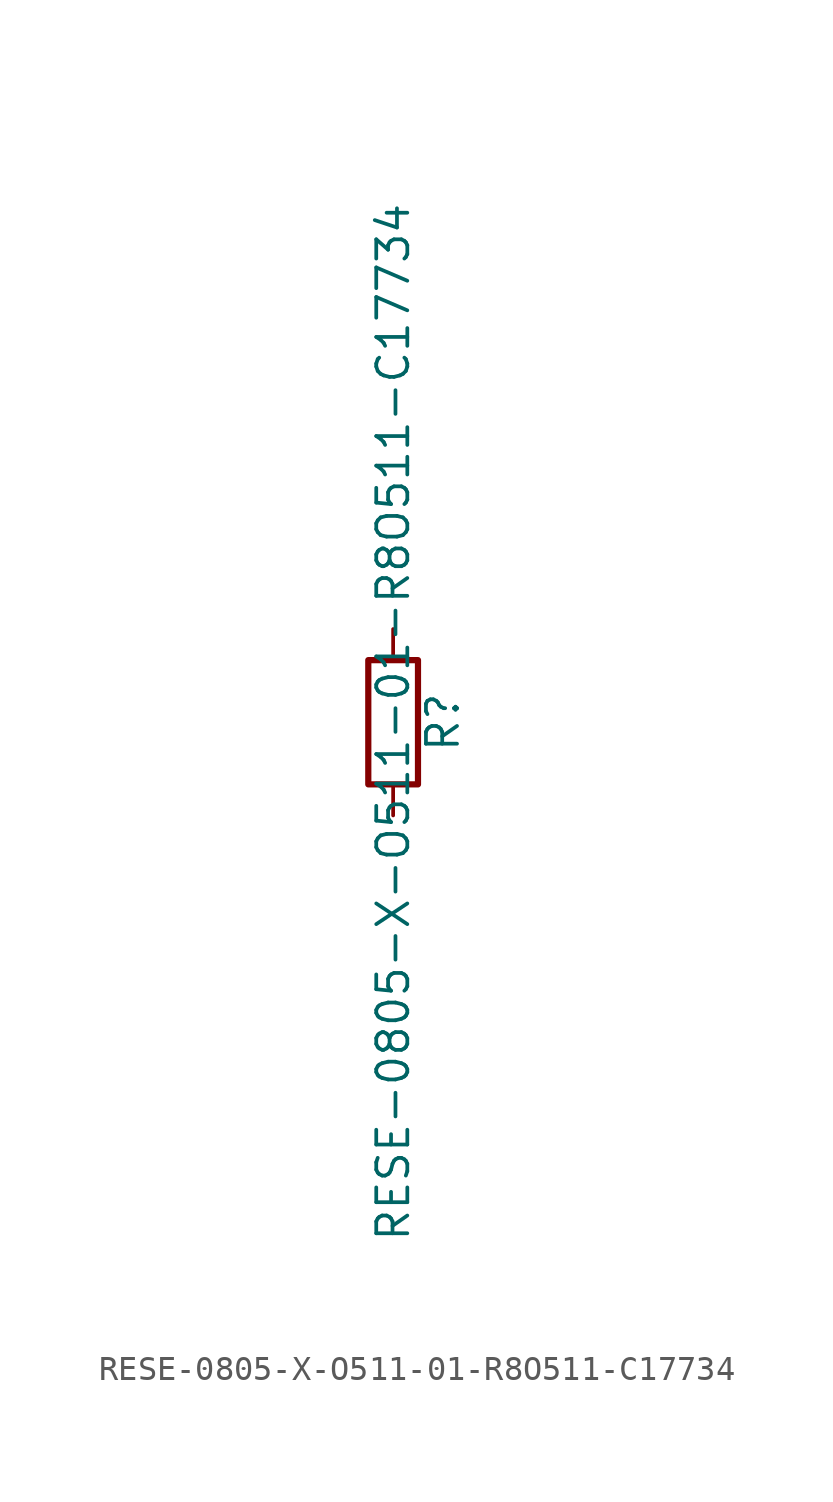
<source format=kicad_sym>
(kicad_symbol_lib
  (version 20211014)
  (generator kicad_symbol_editor)
  (symbol "RESE-0805-X-O511-01-R8O511-C17734"
    (pin_numbers hide)
    (pin_names
      (offset 0))
    (property "Reference" "R"
      (at 2.032 0 90)
      (effects (font (size 1.27 1.27))))
    (property "Value" "RESE-0805-X-O511-01-R8O511-C17734"
      (at 0 0 90)
      (effects (font (size 1.27 1.27))))
    (symbol "RESE-0805-X-O511-01-R8O511-C17734_0_1"
      (rectangle (start -1.016 -2.54) (end 1.016 2.54) (stroke (width 0.254) (type default) (color 0 0 0 0)) (fill (type none))))
    (symbol "RESE-0805-X-O511-01-R8O511-C17734_1_1"
      (pin passive line (at 0 3.81 270) (length 1.27) (name "~" (effects (font (size 1.27 1.27)))) (number "1" (effects (font (size 1.27 1.27)))))
      (pin passive line (at 0 -3.81 90) (length 1.27) (name "~" (effects (font (size 1.27 1.27)))) (number "2" (effects (font (size 1.27 1.27))))))))
</source>
